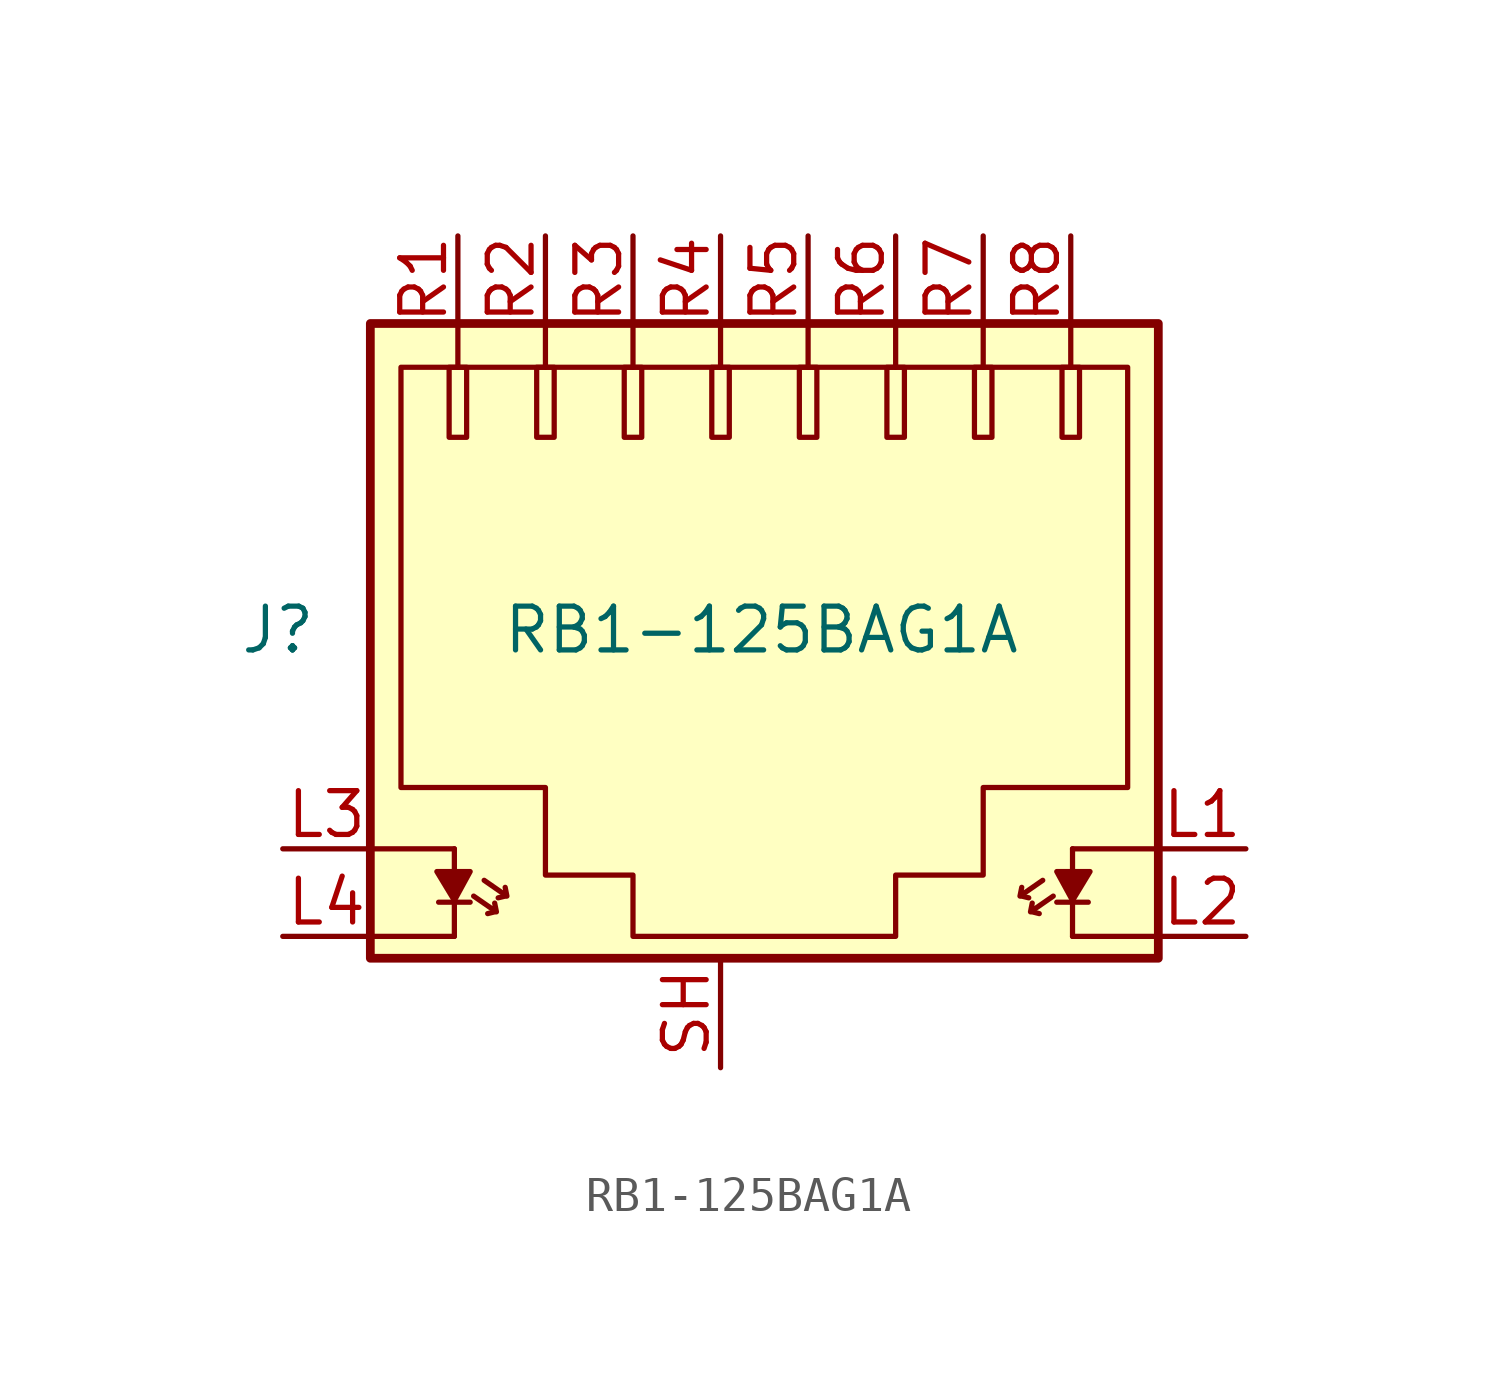
<source format=kicad_sym>
(kicad_symbol_lib
  (version 20201005)
  (generator kicad_symbol_editor)
  (symbol "RB1-125BAG1A"
    (pin_names
      (offset 1.016))
    (property "Reference" "J"
      (at -13.97 1.27 0)
      (effects (font (size 1.27 1.27)) (justify left)))
    (property "Value" "RB1-125BAG1A"
      (at -6.35 1.27 0)
      (effects (font (size 1.27 1.27)) (justify left)))
    (symbol "RB1-125BAG1A_1_1"
      (rectangle (start -10.16 10.16) (end 12.7 -8.255) (stroke (width 0.254)) (fill (type background)))
      (rectangle (start -7.874 8.89) (end -7.366 6.858) (stroke (width 0)) (fill (type none)))
      (rectangle (start -5.334 8.89) (end -4.826 6.858) (stroke (width 0)) (fill (type none)))
      (rectangle (start -2.794 8.89) (end -2.286 6.858) (stroke (width 0)) (fill (type none)))
      (rectangle (start -0.254 8.89) (end 0.254 6.858) (stroke (width 0)) (fill (type none)))
      (rectangle (start 2.286 8.89) (end 2.794 6.858) (stroke (width 0)) (fill (type none)))
      (rectangle (start 4.826 8.89) (end 5.334 6.858) (stroke (width 0)) (fill (type none)))
      (rectangle (start 7.366 8.89) (end 7.874 6.858) (stroke (width 0)) (fill (type none)))
      (rectangle (start 9.906 8.89) (end 10.414 6.858) (stroke (width 0)) (fill (type none)))
      (polyline (pts (xy -10.16 -7.62) (xy -7.722 -7.62)) (stroke (width 0)) (fill (type none)))
      (polyline (pts (xy -10.16 -5.08) (xy -7.722 -5.08)) (stroke (width 0)) (fill (type none)))
      (polyline (pts (xy -8.179 -6.629) (xy -7.264 -6.629)) (stroke (width 0)) (fill (type none)))
      (polyline (pts (xy -7.722 -6.68) (xy -7.722 -7.62)) (stroke (width 0)) (fill (type none)))
      (polyline (pts (xy -7.722 -5.74) (xy -7.722 -5.08)) (stroke (width 0)) (fill (type none)))
      (polyline (pts (xy -7.62 10.16) (xy -7.62 8.89)) (stroke (width 0)) (fill (type none)))
      (polyline (pts (xy -6.553 -6.909) (xy -6.756 -6.96)) (stroke (width 0)) (fill (type none)))
      (polyline (pts (xy -6.248 -6.452) (xy -6.452 -6.502)) (stroke (width 0)) (fill (type none)))
      (polyline (pts (xy -5.08 10.16) (xy -5.08 8.89)) (stroke (width 0)) (fill (type none)))
      (polyline (pts (xy -2.54 10.16) (xy -2.54 8.89)) (stroke (width 0)) (fill (type none)))
      (polyline (pts (xy 0 10.16) (xy 0 8.89)) (stroke (width 0)) (fill (type none)))
      (polyline (pts (xy 2.54 10.16) (xy 2.54 8.89)) (stroke (width 0)) (fill (type none)))
      (polyline (pts (xy 5.08 10.16) (xy 5.08 8.89)) (stroke (width 0)) (fill (type none)))
      (polyline (pts (xy 7.62 10.16) (xy 7.62 8.89)) (stroke (width 0)) (fill (type none)))
      (polyline (pts (xy 8.738 -6.452) (xy 8.941 -6.502)) (stroke (width 0)) (fill (type none)))
      (polyline (pts (xy 9.042 -6.909) (xy 9.246 -6.96)) (stroke (width 0)) (fill (type none)))
      (polyline (pts (xy 10.16 10.16) (xy 10.16 8.89)) (stroke (width 0)) (fill (type none)))
      (polyline (pts (xy 10.211 -6.68) (xy 10.211 -7.62)) (stroke (width 0)) (fill (type none)))
      (polyline (pts (xy 10.211 -5.74) (xy 10.211 -5.08)) (stroke (width 0)) (fill (type none)))
      (polyline (pts (xy 10.668 -6.629) (xy 9.754 -6.629)) (stroke (width 0)) (fill (type none)))
      (polyline (pts (xy 12.649 -7.62) (xy 10.211 -7.62)) (stroke (width 0)) (fill (type none)))
      (polyline (pts (xy 12.649 -5.08) (xy 10.211 -5.08)) (stroke (width 0)) (fill (type none)))
      (polyline (pts (xy -7.163 -6.452) (xy -6.502 -6.909) (xy -6.553 -6.655)) (stroke (width 0)) (fill (type none)))
      (polyline (pts (xy -6.858 -5.994) (xy -6.198 -6.452) (xy -6.248 -6.198)) (stroke (width 0)) (fill (type none)))
      (polyline (pts (xy 9.347 -5.994) (xy 8.687 -6.452) (xy 8.738 -6.198)) (stroke (width 0)) (fill (type none)))
      (polyline (pts (xy 9.652 -6.452) (xy 8.992 -6.909) (xy 9.042 -6.655)) (stroke (width 0)) (fill (type none)))
      (polyline (pts (xy -8.23 -5.74) (xy -7.264 -5.74) (xy -7.722 -6.579) (xy -8.23 -5.74)) (stroke (width 0)) (fill (type outline)))
      (polyline (pts (xy 10.719 -5.74) (xy 9.754 -5.74) (xy 10.211 -6.579) (xy 10.719 -5.74)) (stroke (width 0)) (fill (type outline)))
      (polyline (pts (xy -9.271 8.89) (xy 11.811 8.89) (xy 11.811 -3.302) (xy 7.62 -3.302) (xy 7.62 -5.842) (xy 5.08 -5.842) (xy 5.08 -7.62) (xy -2.54 -7.62) (xy -2.54 -5.842) (xy -5.08 -5.842) (xy -5.08 -3.302) (xy -9.271 -3.302) (xy -9.271 8.89)) (stroke (width 0)) (fill (type none)))
      (pin passive line (at 15.24 -5.08 180) (length 2.54) (name "~" (effects (font (size 1.27 1.27)))) (number "L1" (effects (font (size 1.27 1.27)))))
      (pin passive line (at 15.24 -7.62 180) (length 2.54) (name "~" (effects (font (size 1.27 1.27)))) (number "L2" (effects (font (size 1.27 1.27)))))
      (pin passive line (at -12.7 -5.08 0) (length 2.54) (name "~" (effects (font (size 1.27 1.27)))) (number "L3" (effects (font (size 1.27 1.27)))))
      (pin passive line (at -12.7 -7.62 0) (length 2.54) (name "~" (effects (font (size 1.27 1.27)))) (number "L4" (effects (font (size 1.27 1.27)))))
      (pin passive line (at -7.62 12.7 270) (length 2.54) (name "~" (effects (font (size 1.27 1.27)))) (number "R1" (effects (font (size 1.27 1.27)))))
      (pin passive line (at -5.08 12.7 270) (length 2.54) (name "~" (effects (font (size 1.27 1.27)))) (number "R2" (effects (font (size 1.27 1.27)))))
      (pin passive line (at -2.54 12.7 270) (length 2.54) (name "~" (effects (font (size 1.27 1.27)))) (number "R3" (effects (font (size 1.27 1.27)))))
      (pin passive line (at 0 12.7 270) (length 2.54) (name "~" (effects (font (size 1.27 1.27)))) (number "R4" (effects (font (size 1.27 1.27)))))
      (pin passive line (at 2.54 12.7 270) (length 2.54) (name "~" (effects (font (size 1.27 1.27)))) (number "R5" (effects (font (size 1.27 1.27)))))
      (pin passive line (at 5.08 12.7 270) (length 2.54) (name "~" (effects (font (size 1.27 1.27)))) (number "R6" (effects (font (size 1.27 1.27)))))
      (pin passive line (at 7.62 12.7 270) (length 2.54) (name "~" (effects (font (size 1.27 1.27)))) (number "R7" (effects (font (size 1.27 1.27)))))
      (pin passive line (at 10.16 12.7 270) (length 2.54) (name "~" (effects (font (size 1.27 1.27)))) (number "R8" (effects (font (size 1.27 1.27)))))
      (pin passive line (at 0 -11.43 90) (length 3.175) (name "~" (effects (font (size 1.27 1.27)))) (number "SH" (effects (font (size 1.27 1.27))))))))
</source>
